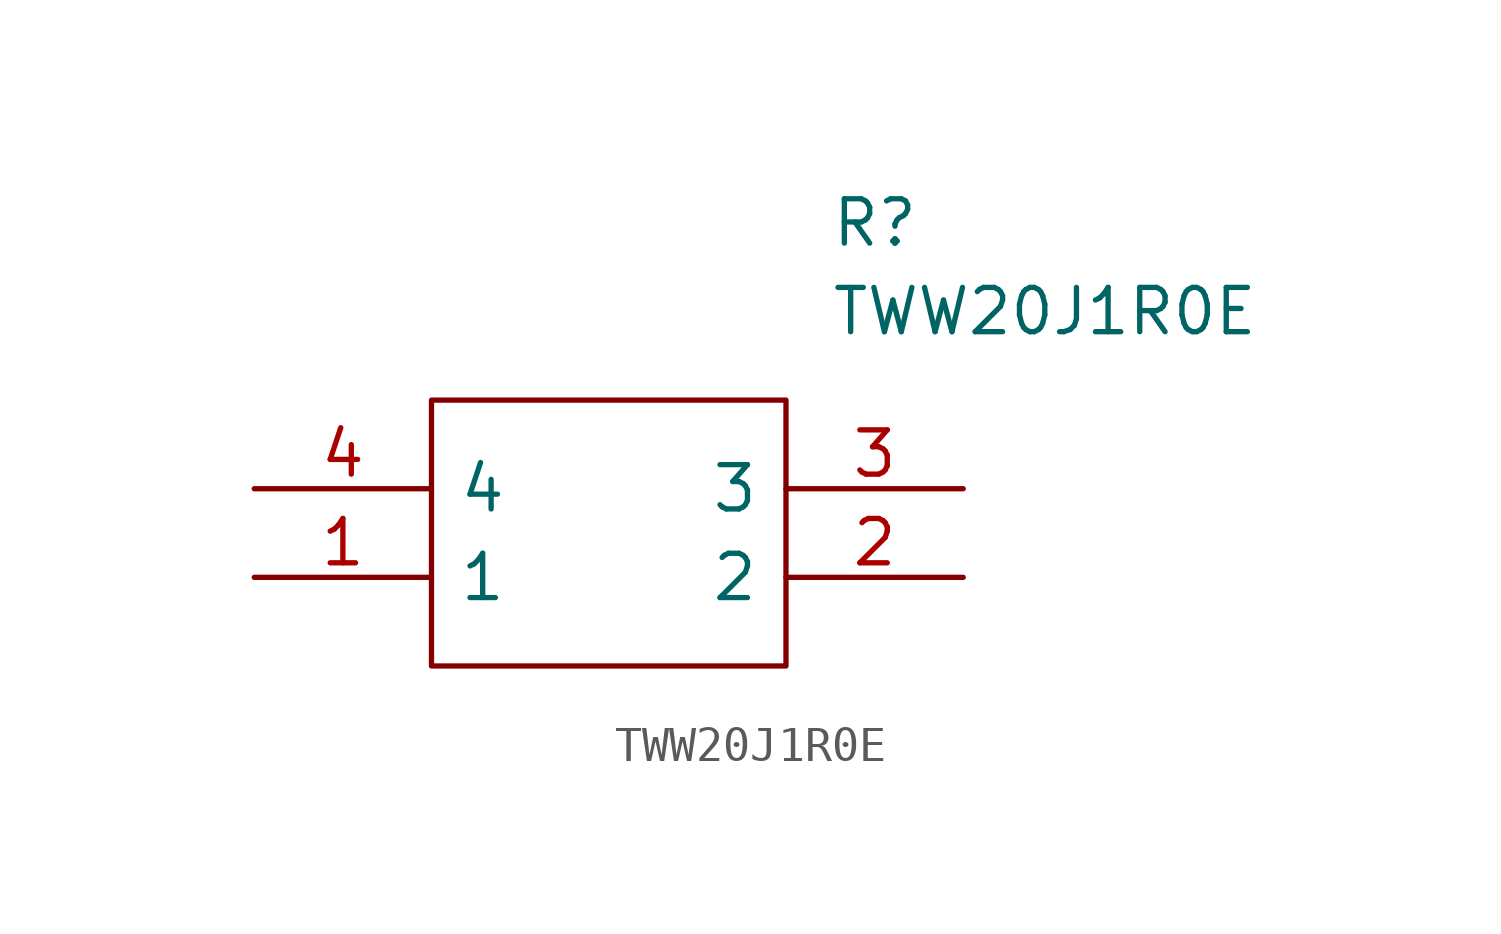
<source format=kicad_sym>
(kicad_symbol_lib
  (version 20231120)
  (generator "kicad_symbol_editor")
  (generator_version "8.0")
  (symbol "TWW20J1R0E"
    (pin_names
      (offset 0.762))
    (property "Reference" "R"
      (at 16.51 7.62 0)
      (effects (font (size 1.27 1.27)) (justify left)))
    (property "Value" "TWW20J1R0E"
      (at 16.51 5.08 0)
      (effects (font (size 1.27 1.27)) (justify left)))
    (symbol "TWW20J1R0E_0_0"
      (pin passive line (at 0 -2.54 0) (length 5.08) (name "1" (effects (font (size 1.27 1.27)))) (number "1" (effects (font (size 1.27 1.27)))))
      (pin passive line (at 20.32 -2.54 180) (length 5.08) (name "2" (effects (font (size 1.27 1.27)))) (number "2" (effects (font (size 1.27 1.27)))))
      (pin passive line (at 20.32 0 180) (length 5.08) (name "3" (effects (font (size 1.27 1.27)))) (number "3" (effects (font (size 1.27 1.27)))))
      (pin passive line (at 0 0 0) (length 5.08) (name "4" (effects (font (size 1.27 1.27)))) (number "4" (effects (font (size 1.27 1.27))))))
    (symbol "TWW20J1R0E_0_1"
      (polyline (pts (xy 5.08 2.54) (xy 15.24 2.54) (xy 15.24 -5.08) (xy 5.08 -5.08) (xy 5.08 2.54)) (stroke (width 0.152) (type solid)) (fill (type none))))))
</source>
